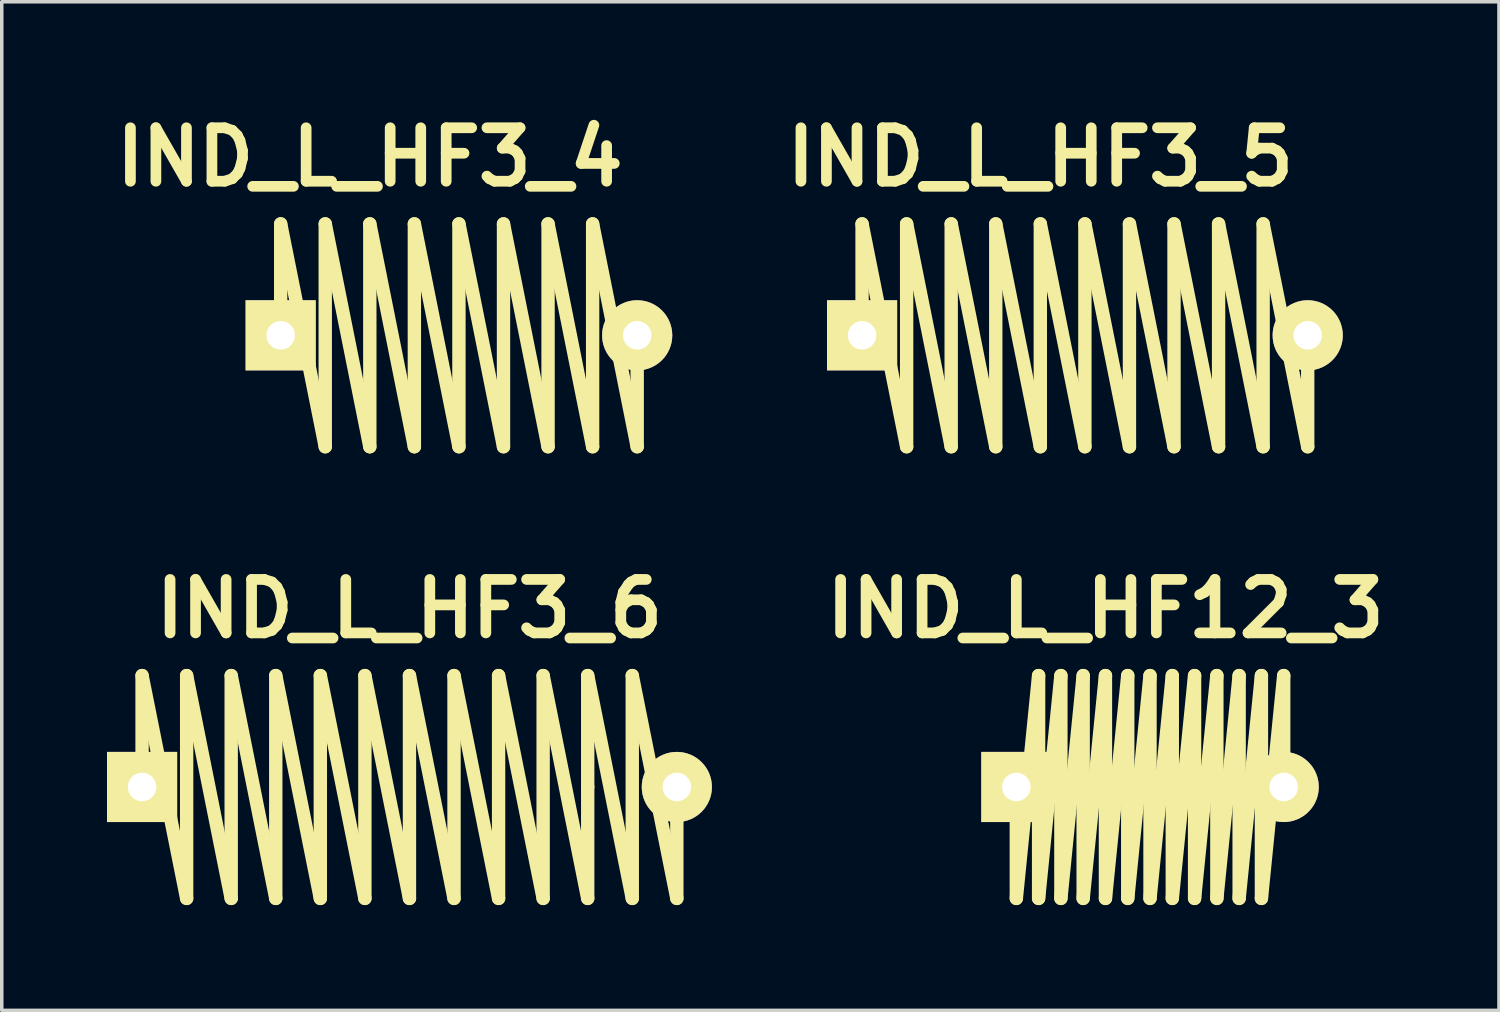
<source format=kicad_pcb>
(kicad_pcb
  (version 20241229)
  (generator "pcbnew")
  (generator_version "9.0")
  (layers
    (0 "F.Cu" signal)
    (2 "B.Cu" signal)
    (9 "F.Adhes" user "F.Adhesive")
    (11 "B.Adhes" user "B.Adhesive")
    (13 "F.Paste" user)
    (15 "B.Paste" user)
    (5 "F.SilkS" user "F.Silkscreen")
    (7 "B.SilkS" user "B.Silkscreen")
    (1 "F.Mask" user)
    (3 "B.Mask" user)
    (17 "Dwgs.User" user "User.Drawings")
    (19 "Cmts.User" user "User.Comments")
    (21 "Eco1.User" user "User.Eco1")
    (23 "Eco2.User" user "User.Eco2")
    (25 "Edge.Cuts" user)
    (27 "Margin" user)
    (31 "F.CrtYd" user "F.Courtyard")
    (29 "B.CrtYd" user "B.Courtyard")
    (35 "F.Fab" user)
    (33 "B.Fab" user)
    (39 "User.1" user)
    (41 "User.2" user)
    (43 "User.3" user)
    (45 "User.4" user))
  (footprint "IND_L_HF3_6"
    (layer "F.Cu")
    (at 0.999 19.378)
    (property "Reference" "IND_L_HF3_6" (at 7.62 -5.08 0) (layer "F.SilkS") (effects (font (size 1.524 1.524) (thickness 0.305))))
    (attr through_hole)
    (fp_line (start 0 -3.175) (end 1.27 3.175) (stroke (width 0.381) (type solid)) (layer "F.SilkS"))
    (fp_line (start 0 0) (end 0 -3.175) (stroke (width 0.381) (type solid)) (layer "F.SilkS"))
    (fp_line (start 1.27 -3.175) (end 2.54 3.175) (stroke (width 0.381) (type solid)) (layer "F.SilkS"))
    (fp_line (start 1.27 3.175) (end 1.27 -3.175) (stroke (width 0.381) (type solid)) (layer "F.SilkS"))
    (fp_line (start 2.54 -3.175) (end 3.81 3.175) (stroke (width 0.381) (type solid)) (layer "F.SilkS"))
    (fp_line (start 2.54 3.175) (end 2.54 -3.175) (stroke (width 0.381) (type solid)) (layer "F.SilkS"))
    (fp_line (start 3.81 -3.175) (end 5.08 3.175) (stroke (width 0.381) (type solid)) (layer "F.SilkS"))
    (fp_line (start 3.81 3.175) (end 3.81 -3.175) (stroke (width 0.381) (type solid)) (layer "F.SilkS"))
    (fp_line (start 5.08 -3.175) (end 6.35 3.175) (stroke (width 0.381) (type solid)) (layer "F.SilkS"))
    (fp_line (start 5.08 3.175) (end 5.08 -3.175) (stroke (width 0.381) (type solid)) (layer "F.SilkS"))
    (fp_line (start 6.35 -3.175) (end 7.62 3.175) (stroke (width 0.381) (type solid)) (layer "F.SilkS"))
    (fp_line (start 6.35 3.175) (end 6.35 -3.175) (stroke (width 0.381) (type solid)) (layer "F.SilkS"))
    (fp_line (start 7.62 -3.175) (end 8.89 3.175) (stroke (width 0.381) (type solid)) (layer "F.SilkS"))
    (fp_line (start 7.62 3.175) (end 7.62 -3.175) (stroke (width 0.381) (type solid)) (layer "F.SilkS"))
    (fp_line (start 8.89 -3.175) (end 10.16 3.175) (stroke (width 0.381) (type solid)) (layer "F.SilkS"))
    (fp_line (start 8.89 3.175) (end 8.89 -3.175) (stroke (width 0.381) (type solid)) (layer "F.SilkS"))
    (fp_line (start 10.16 -3.175) (end 11.43 3.175) (stroke (width 0.381) (type solid)) (layer "F.SilkS"))
    (fp_line (start 10.16 3.175) (end 10.16 -3.175) (stroke (width 0.381) (type solid)) (layer "F.SilkS"))
    (fp_line (start 11.43 -3.175) (end 12.7 3.175) (stroke (width 0.381) (type solid)) (layer "F.SilkS"))
    (fp_line (start 11.43 3.175) (end 11.43 -3.175) (stroke (width 0.381) (type solid)) (layer "F.SilkS"))
    (fp_line (start 12.7 -3.175) (end 13.97 3.175) (stroke (width 0.381) (type solid)) (layer "F.SilkS"))
    (fp_line (start 12.7 0) (end 12.7 -3.175) (stroke (width 0.381) (type solid)) (layer "F.SilkS"))
    (fp_line (start 12.7 3.175) (end 12.7 0) (stroke (width 0.381) (type solid)) (layer "F.SilkS"))
    (fp_line (start 13.97 -3.175) (end 15.24 3.175) (stroke (width 0.381) (type solid)) (layer "F.SilkS"))
    (fp_line (start 13.97 3.175) (end 13.97 -3.175) (stroke (width 0.381) (type solid)) (layer "F.SilkS"))
    (fp_line (start 15.24 3.175) (end 15.24 0) (stroke (width 0.381) (type solid)) (layer "F.SilkS"))
    (pad "1" thru_hole rect (at 0 0) (size 1.999 1.999) (drill 0.813) (layers "*.Cu" "*.Mask" "F.SilkS"))
    (pad "2" thru_hole circle (at 15.24 0) (size 1.999 1.999) (drill 0.813) (layers "*.Cu" "*.Mask" "F.SilkS")))
  (footprint "IND_L_HF3_5"
    (layer "F.Cu")
    (at 21.518 6.506)
    (property "Reference" "IND_L_HF3_5" (at 5.08 -5.08 0) (layer "F.SilkS") (effects (font (size 1.524 1.524) (thickness 0.305))))
    (attr through_hole)
    (fp_line (start 0 -3.175) (end 1.27 3.175) (stroke (width 0.381) (type solid)) (layer "F.SilkS"))
    (fp_line (start 0 0) (end 0 -3.175) (stroke (width 0.381) (type solid)) (layer "F.SilkS"))
    (fp_line (start 1.27 -3.175) (end 2.54 3.175) (stroke (width 0.381) (type solid)) (layer "F.SilkS"))
    (fp_line (start 1.27 3.175) (end 1.27 -3.175) (stroke (width 0.381) (type solid)) (layer "F.SilkS"))
    (fp_line (start 2.54 -3.175) (end 3.81 3.175) (stroke (width 0.381) (type solid)) (layer "F.SilkS"))
    (fp_line (start 2.54 3.175) (end 2.54 -3.175) (stroke (width 0.381) (type solid)) (layer "F.SilkS"))
    (fp_line (start 3.81 -3.175) (end 5.08 3.175) (stroke (width 0.381) (type solid)) (layer "F.SilkS"))
    (fp_line (start 3.81 3.175) (end 3.81 -3.175) (stroke (width 0.381) (type solid)) (layer "F.SilkS"))
    (fp_line (start 5.08 -3.175) (end 6.35 3.175) (stroke (width 0.381) (type solid)) (layer "F.SilkS"))
    (fp_line (start 5.08 3.175) (end 5.08 -3.175) (stroke (width 0.381) (type solid)) (layer "F.SilkS"))
    (fp_line (start 6.35 -3.175) (end 7.62 3.175) (stroke (width 0.381) (type solid)) (layer "F.SilkS"))
    (fp_line (start 6.35 3.175) (end 6.35 -3.175) (stroke (width 0.381) (type solid)) (layer "F.SilkS"))
    (fp_line (start 7.62 -3.175) (end 8.89 3.175) (stroke (width 0.381) (type solid)) (layer "F.SilkS"))
    (fp_line (start 7.62 3.175) (end 7.62 -3.175) (stroke (width 0.381) (type solid)) (layer "F.SilkS"))
    (fp_line (start 8.89 -3.175) (end 10.16 3.175) (stroke (width 0.381) (type solid)) (layer "F.SilkS"))
    (fp_line (start 8.89 3.175) (end 8.89 -3.175) (stroke (width 0.381) (type solid)) (layer "F.SilkS"))
    (fp_line (start 10.16 -3.175) (end 11.43 3.175) (stroke (width 0.381) (type solid)) (layer "F.SilkS"))
    (fp_line (start 10.16 3.175) (end 10.16 -3.175) (stroke (width 0.381) (type solid)) (layer "F.SilkS"))
    (fp_line (start 11.43 -3.175) (end 12.7 3.175) (stroke (width 0.381) (type solid)) (layer "F.SilkS"))
    (fp_line (start 11.43 3.175) (end 11.43 -3.175) (stroke (width 0.381) (type solid)) (layer "F.SilkS"))
    (fp_line (start 12.7 3.175) (end 12.7 0) (stroke (width 0.381) (type solid)) (layer "F.SilkS"))
    (pad "1" thru_hole rect (at 0 0) (size 1.999 1.999) (drill 0.813) (layers "*.Cu" "*.Mask" "F.SilkS"))
    (pad "2" thru_hole circle (at 12.7 0) (size 1.999 1.999) (drill 0.813) (layers "*.Cu" "*.Mask" "F.SilkS")))
  (footprint "IND_L_HF12_3"
    (layer "F.Cu")
    (at 25.914 19.378)
    (property "Reference" "IND_L_HF12_3" (at 2.54 -5.08 0) (layer "F.SilkS") (effects (font (size 1.524 1.524) (thickness 0.305))))
    (attr through_hole)
    (fp_line (start 0 0) (end 0 3.175) (stroke (width 0.381) (type solid)) (layer "F.SilkS"))
    (fp_line (start 0 3.175) (end 0.635 -3.175) (stroke (width 0.381) (type solid)) (layer "F.SilkS"))
    (fp_line (start 0.635 -3.175) (end 0.635 3.175) (stroke (width 0.381) (type solid)) (layer "F.SilkS"))
    (fp_line (start 0.635 3.175) (end 1.27 -3.175) (stroke (width 0.381) (type solid)) (layer "F.SilkS"))
    (fp_line (start 1.27 -3.175) (end 1.27 3.175) (stroke (width 0.381) (type solid)) (layer "F.SilkS"))
    (fp_line (start 1.27 3.175) (end 1.905 -3.175) (stroke (width 0.381) (type solid)) (layer "F.SilkS"))
    (fp_line (start 1.905 -3.175) (end 1.905 3.175) (stroke (width 0.381) (type solid)) (layer "F.SilkS"))
    (fp_line (start 1.905 3.175) (end 2.54 -3.175) (stroke (width 0.381) (type solid)) (layer "F.SilkS"))
    (fp_line (start 2.54 -3.175) (end 2.54 3.175) (stroke (width 0.381) (type solid)) (layer "F.SilkS"))
    (fp_line (start 2.54 3.175) (end 3.175 -3.175) (stroke (width 0.381) (type solid)) (layer "F.SilkS"))
    (fp_line (start 3.175 -3.175) (end 3.175 3.175) (stroke (width 0.381) (type solid)) (layer "F.SilkS"))
    (fp_line (start 3.175 3.175) (end 3.81 -3.175) (stroke (width 0.381) (type solid)) (layer "F.SilkS"))
    (fp_line (start 3.81 -3.175) (end 3.81 3.175) (stroke (width 0.381) (type solid)) (layer "F.SilkS"))
    (fp_line (start 3.81 3.175) (end 4.445 -3.175) (stroke (width 0.381) (type solid)) (layer "F.SilkS"))
    (fp_line (start 4.445 -3.175) (end 4.445 3.175) (stroke (width 0.381) (type solid)) (layer "F.SilkS"))
    (fp_line (start 4.445 3.175) (end 5.08 -3.175) (stroke (width 0.381) (type solid)) (layer "F.SilkS"))
    (fp_line (start 5.08 -3.175) (end 5.08 3.175) (stroke (width 0.381) (type solid)) (layer "F.SilkS"))
    (fp_line (start 5.08 3.175) (end 5.715 -3.175) (stroke (width 0.381) (type solid)) (layer "F.SilkS"))
    (fp_line (start 5.715 -3.175) (end 5.715 3.175) (stroke (width 0.381) (type solid)) (layer "F.SilkS"))
    (fp_line (start 5.715 3.175) (end 6.35 -3.175) (stroke (width 0.381) (type solid)) (layer "F.SilkS"))
    (fp_line (start 6.35 -3.175) (end 6.35 3.175) (stroke (width 0.381) (type solid)) (layer "F.SilkS"))
    (fp_line (start 6.35 3.175) (end 6.985 -3.175) (stroke (width 0.381) (type solid)) (layer "F.SilkS"))
    (fp_line (start 6.985 -3.175) (end 6.985 3.175) (stroke (width 0.381) (type solid)) (layer "F.SilkS"))
    (fp_line (start 6.985 3.175) (end 7.62 -3.175) (stroke (width 0.381) (type solid)) (layer "F.SilkS"))
    (fp_line (start 7.62 -3.175) (end 7.62 0) (stroke (width 0.381) (type solid)) (layer "F.SilkS"))
    (pad "1" thru_hole rect (at 0 0) (size 1.999 1.999) (drill 0.813) (layers "*.Cu" "*.Mask" "F.SilkS"))
    (pad "2" thru_hole circle (at 7.62 0) (size 1.999 1.999) (drill 0.813) (layers "*.Cu" "*.Mask" "F.SilkS")))
  (footprint "IND_L_HF3_4"
    (layer "F.Cu")
    (at 4.949 6.506)
    (property "Reference" "IND_L_HF3_4" (at 2.54 -5.08 0) (layer "F.SilkS") (effects (font (size 1.524 1.524) (thickness 0.305))))
    (attr through_hole)
    (fp_line (start 0 -3.175) (end 1.27 3.175) (stroke (width 0.381) (type solid)) (layer "F.SilkS"))
    (fp_line (start 0 0) (end 0 -3.175) (stroke (width 0.381) (type solid)) (layer "F.SilkS"))
    (fp_line (start 1.27 -3.175) (end 2.54 3.175) (stroke (width 0.381) (type solid)) (layer "F.SilkS"))
    (fp_line (start 1.27 3.175) (end 1.27 -3.175) (stroke (width 0.381) (type solid)) (layer "F.SilkS"))
    (fp_line (start 2.54 -3.175) (end 3.81 3.175) (stroke (width 0.381) (type solid)) (layer "F.SilkS"))
    (fp_line (start 2.54 3.175) (end 2.54 -3.175) (stroke (width 0.381) (type solid)) (layer "F.SilkS"))
    (fp_line (start 3.81 -3.175) (end 5.08 3.175) (stroke (width 0.381) (type solid)) (layer "F.SilkS"))
    (fp_line (start 3.81 3.175) (end 3.81 -3.175) (stroke (width 0.381) (type solid)) (layer "F.SilkS"))
    (fp_line (start 5.08 -3.175) (end 6.35 3.175) (stroke (width 0.381) (type solid)) (layer "F.SilkS"))
    (fp_line (start 5.08 3.175) (end 5.08 -3.175) (stroke (width 0.381) (type solid)) (layer "F.SilkS"))
    (fp_line (start 6.35 -3.175) (end 7.62 3.175) (stroke (width 0.381) (type solid)) (layer "F.SilkS"))
    (fp_line (start 6.35 3.175) (end 6.35 -3.175) (stroke (width 0.381) (type solid)) (layer "F.SilkS"))
    (fp_line (start 7.62 -3.175) (end 8.89 3.175) (stroke (width 0.381) (type solid)) (layer "F.SilkS"))
    (fp_line (start 7.62 3.175) (end 7.62 -3.175) (stroke (width 0.381) (type solid)) (layer "F.SilkS"))
    (fp_line (start 8.89 -3.175) (end 10.16 3.175) (stroke (width 0.381) (type solid)) (layer "F.SilkS"))
    (fp_line (start 8.89 3.175) (end 8.89 -3.175) (stroke (width 0.381) (type solid)) (layer "F.SilkS"))
    (fp_line (start 10.16 3.175) (end 10.16 0) (stroke (width 0.381) (type solid)) (layer "F.SilkS"))
    (pad "1" thru_hole rect (at 0 0) (size 1.999 1.999) (drill 0.813) (layers "*.Cu" "*.Mask" "F.SilkS"))
    (pad "2" thru_hole circle (at 10.16 0) (size 1.999 1.999) (drill 0.813) (layers "*.Cu" "*.Mask" "F.SilkS")))
  (gr_rect
    (start -3 -3)
    (end 39.669 25.744)
    (stroke (width 0.1) (type default))
    (fill no)
    (layer "Edge.Cuts")))
</source>
